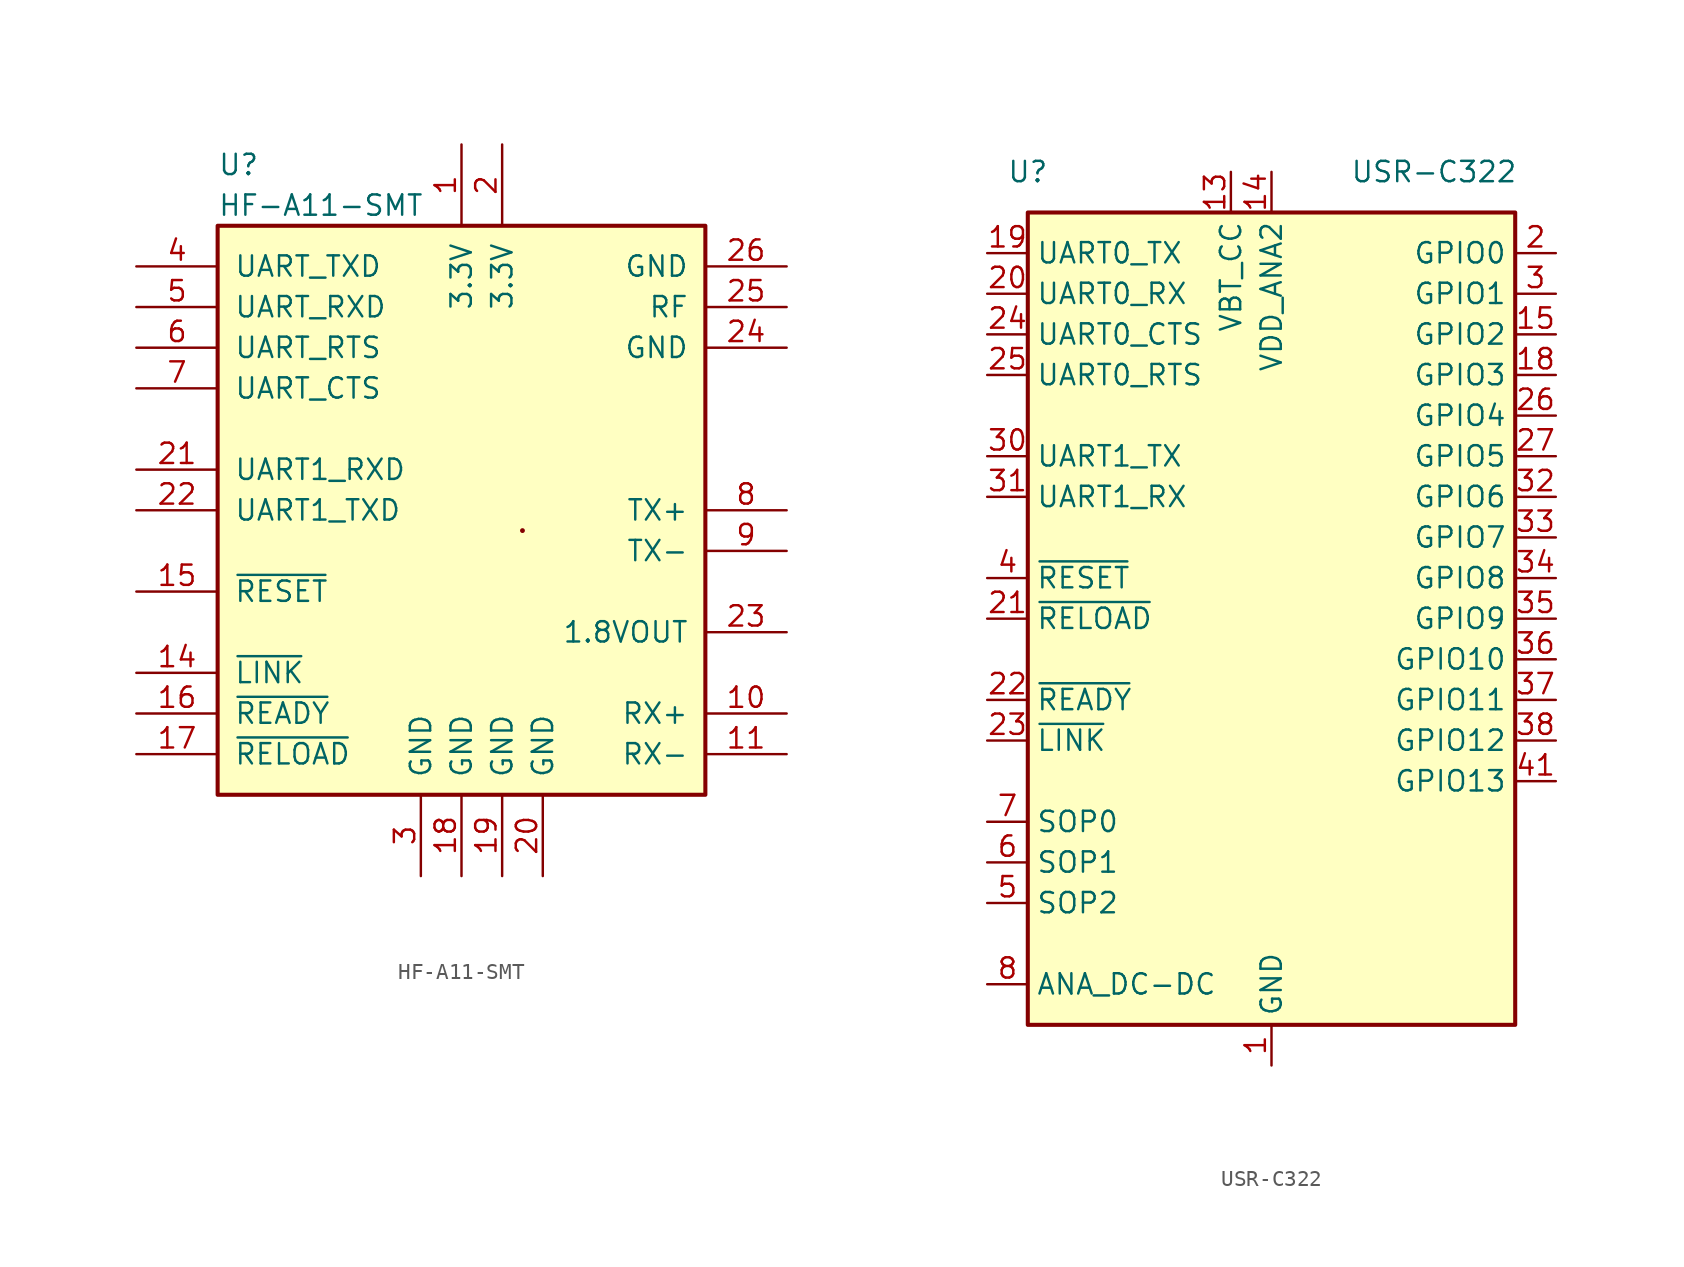
<source format=kicad_sym>
(kicad_symbol_lib
  (version 20211014)
  (generator kicad_symbol_editor)
  (symbol "HF-A11-SMT"
    (pin_names
      (offset 1.016))
    (property "Reference" "U"
      (at -15.24 21.59 0)
      (effects (font (size 1.27 1.27)) (justify left)))
    (property "Value" "HF-A11-SMT"
      (at -15.24 19.05 0)
      (effects (font (size 1.27 1.27)) (justify left)))
    (symbol "HF-A11-SMT_0_1"
      (rectangle (start -15.24 17.78) (end 15.24 -17.78) (stroke (width 0.254) (type default) (color 0 0 0 0)) (fill (type background)))
      (circle (center 3.81 -1.27) (radius 0.0001) (stroke (width 0) (type default) (color 0 0 0 0)) (fill (type none))))
    (symbol "HF-A11-SMT_1_1"
      (pin power_in line (at 0 22.86 270) (length 5.08) (name "3.3V" (effects (font (size 1.27 1.27)))) (number "1" (effects (font (size 1.27 1.27)))))
      (pin passive line (at 20.32 -12.7 180) (length 5.08) (name "RX+" (effects (font (size 1.27 1.27)))) (number "10" (effects (font (size 1.27 1.27)))))
      (pin passive line (at 20.32 -15.24 180) (length 5.08) (name "RX-" (effects (font (size 1.27 1.27)))) (number "11" (effects (font (size 1.27 1.27)))))
      (pin output line (at -20.32 -10.16 0) (length 5.08) (name "~{LINK}" (effects (font (size 1.27 1.27)))) (number "14" (effects (font (size 1.27 1.27)))))
      (pin input line (at -20.32 -5.08 0) (length 5.08) (name "~{RESET}" (effects (font (size 1.27 1.27)))) (number "15" (effects (font (size 1.27 1.27)))))
      (pin output line (at -20.32 -12.7 0) (length 5.08) (name "~{READY}" (effects (font (size 1.27 1.27)))) (number "16" (effects (font (size 1.27 1.27)))))
      (pin input line (at -20.32 -15.24 0) (length 5.08) (name "~{RELOAD}" (effects (font (size 1.27 1.27)))) (number "17" (effects (font (size 1.27 1.27)))))
      (pin power_in line (at 0 -22.86 90) (length 5.08) (name "GND" (effects (font (size 1.27 1.27)))) (number "18" (effects (font (size 1.27 1.27)))))
      (pin power_in line (at 2.54 -22.86 90) (length 5.08) (name "GND" (effects (font (size 1.27 1.27)))) (number "19" (effects (font (size 1.27 1.27)))))
      (pin power_in line (at 2.54 22.86 270) (length 5.08) (name "3.3V" (effects (font (size 1.27 1.27)))) (number "2" (effects (font (size 1.27 1.27)))))
      (pin power_in line (at 5.08 -22.86 90) (length 5.08) (name "GND" (effects (font (size 1.27 1.27)))) (number "20" (effects (font (size 1.27 1.27)))))
      (pin input line (at -20.32 2.54 0) (length 5.08) (name "UART1_RXD" (effects (font (size 1.27 1.27)))) (number "21" (effects (font (size 1.27 1.27)))))
      (pin output line (at -20.32 0 0) (length 5.08) (name "UART1_TXD" (effects (font (size 1.27 1.27)))) (number "22" (effects (font (size 1.27 1.27)))))
      (pin power_out line (at 20.32 -7.62 180) (length 5.08) (name "1.8VOUT" (effects (font (size 1.27 1.27)))) (number "23" (effects (font (size 1.27 1.27)))))
      (pin power_in line (at 20.32 10.16 180) (length 5.08) (name "GND" (effects (font (size 1.27 1.27)))) (number "24" (effects (font (size 1.27 1.27)))))
      (pin passive line (at 20.32 12.7 180) (length 5.08) (name "RF" (effects (font (size 1.27 1.27)))) (number "25" (effects (font (size 1.27 1.27)))))
      (pin power_in line (at 20.32 15.24 180) (length 5.08) (name "GND" (effects (font (size 1.27 1.27)))) (number "26" (effects (font (size 1.27 1.27)))))
      (pin power_in line (at -2.54 -22.86 90) (length 5.08) (name "GND" (effects (font (size 1.27 1.27)))) (number "3" (effects (font (size 1.27 1.27)))))
      (pin output line (at -20.32 15.24 0) (length 5.08) (name "UART_TXD" (effects (font (size 1.27 1.27)))) (number "4" (effects (font (size 1.27 1.27)))))
      (pin input line (at -20.32 12.7 0) (length 5.08) (name "UART_RXD" (effects (font (size 1.27 1.27)))) (number "5" (effects (font (size 1.27 1.27)))))
      (pin output line (at -20.32 10.16 0) (length 5.08) (name "UART_RTS" (effects (font (size 1.27 1.27)))) (number "6" (effects (font (size 1.27 1.27)))))
      (pin input line (at -20.32 7.62 0) (length 5.08) (name "UART_CTS" (effects (font (size 1.27 1.27)))) (number "7" (effects (font (size 1.27 1.27)))))
      (pin passive line (at 20.32 0 180) (length 5.08) (name "TX+" (effects (font (size 1.27 1.27)))) (number "8" (effects (font (size 1.27 1.27)))))
      (pin passive line (at 20.32 -2.54 180) (length 5.08) (name "TX-" (effects (font (size 1.27 1.27)))) (number "9" (effects (font (size 1.27 1.27)))))))
  (symbol "USR-C322"
    (property "Reference" "U"
      (at -15.24 27.94 0)
      (effects (font (size 1.27 1.27))))
    (property "Value" "USR-C322"
      (at 10.16 27.94 0)
      (effects (font (size 1.27 1.27))))
    (symbol "USR-C322_1_1"
      (rectangle (start -15.24 25.4) (end 15.24 -25.4) (stroke (width 0.254) (type default) (color 0 0 0 0)) (fill (type background)))
      (pin power_in line (at 0 -27.94 90) (length 2.54) (name "GND" (effects (font (size 1.27 1.27)))) (number "1" (effects (font (size 1.27 1.27)))))
      (pin no_connect line (at 15.24 -15.24 180) (length 2.54) hide (name "NC" (effects (font (size 1.27 1.27)))) (number "10" (effects (font (size 1.27 1.27)))))
      (pin passive line (at 0 -27.94 90) (length 2.54) hide (name "GND" (effects (font (size 1.27 1.27)))) (number "11" (effects (font (size 1.27 1.27)))))
      (pin passive line (at 0 -27.94 90) (length 2.54) hide (name "GND" (effects (font (size 1.27 1.27)))) (number "12" (effects (font (size 1.27 1.27)))))
      (pin power_in line (at -2.54 27.94 270) (length 2.54) (name "VBT_CC" (effects (font (size 1.27 1.27)))) (number "13" (effects (font (size 1.27 1.27)))))
      (pin power_in line (at 0 27.94 270) (length 2.54) (name "VDD_ANA2" (effects (font (size 1.27 1.27)))) (number "14" (effects (font (size 1.27 1.27)))))
      (pin bidirectional line (at 17.78 17.78 180) (length 2.54) (name "GPIO2" (effects (font (size 1.27 1.27)))) (number "15" (effects (font (size 1.27 1.27)))))
      (pin no_connect line (at 15.24 -17.78 180) (length 2.54) hide (name "NC" (effects (font (size 1.27 1.27)))) (number "16" (effects (font (size 1.27 1.27)))))
      (pin passive line (at 0 -27.94 90) (length 2.54) hide (name "GND" (effects (font (size 1.27 1.27)))) (number "17" (effects (font (size 1.27 1.27)))))
      (pin bidirectional line (at 17.78 15.24 180) (length 2.54) (name "GPIO3" (effects (font (size 1.27 1.27)))) (number "18" (effects (font (size 1.27 1.27)))))
      (pin output line (at -17.78 22.86 0) (length 2.54) (name "UART0_TX" (effects (font (size 1.27 1.27)))) (number "19" (effects (font (size 1.27 1.27)))))
      (pin bidirectional line (at 17.78 22.86 180) (length 2.54) (name "GPIO0" (effects (font (size 1.27 1.27)))) (number "2" (effects (font (size 1.27 1.27)))))
      (pin input line (at -17.78 20.32 0) (length 2.54) (name "UART0_RX" (effects (font (size 1.27 1.27)))) (number "20" (effects (font (size 1.27 1.27)))))
      (pin input line (at -17.78 0 0) (length 2.54) (name "~{RELOAD}" (effects (font (size 1.27 1.27)))) (number "21" (effects (font (size 1.27 1.27)))))
      (pin open_collector line (at -17.78 -5.08 0) (length 2.54) (name "~{READY}" (effects (font (size 1.27 1.27)))) (number "22" (effects (font (size 1.27 1.27)))))
      (pin open_collector line (at -17.78 -7.62 0) (length 2.54) (name "~{LINK}" (effects (font (size 1.27 1.27)))) (number "23" (effects (font (size 1.27 1.27)))))
      (pin input line (at -17.78 17.78 0) (length 2.54) (name "UART0_CTS" (effects (font (size 1.27 1.27)))) (number "24" (effects (font (size 1.27 1.27)))))
      (pin output line (at -17.78 15.24 0) (length 2.54) (name "UART0_RTS" (effects (font (size 1.27 1.27)))) (number "25" (effects (font (size 1.27 1.27)))))
      (pin bidirectional line (at 17.78 12.7 180) (length 2.54) (name "GPIO4" (effects (font (size 1.27 1.27)))) (number "26" (effects (font (size 1.27 1.27)))))
      (pin bidirectional line (at 17.78 10.16 180) (length 2.54) (name "GPIO5" (effects (font (size 1.27 1.27)))) (number "27" (effects (font (size 1.27 1.27)))))
      (pin passive line (at 0 -27.94 90) (length 2.54) hide (name "GND" (effects (font (size 1.27 1.27)))) (number "28" (effects (font (size 1.27 1.27)))))
      (pin passive line (at 0 -27.94 90) (length 2.54) hide (name "GND" (effects (font (size 1.27 1.27)))) (number "29" (effects (font (size 1.27 1.27)))))
      (pin bidirectional line (at 17.78 20.32 180) (length 2.54) (name "GPIO1" (effects (font (size 1.27 1.27)))) (number "3" (effects (font (size 1.27 1.27)))))
      (pin output line (at -17.78 10.16 0) (length 2.54) (name "UART1_TX" (effects (font (size 1.27 1.27)))) (number "30" (effects (font (size 1.27 1.27)))))
      (pin input line (at -17.78 7.62 0) (length 2.54) (name "UART1_RX" (effects (font (size 1.27 1.27)))) (number "31" (effects (font (size 1.27 1.27)))))
      (pin bidirectional line (at 17.78 7.62 180) (length 2.54) (name "GPIO6" (effects (font (size 1.27 1.27)))) (number "32" (effects (font (size 1.27 1.27)))))
      (pin bidirectional line (at 17.78 5.08 180) (length 2.54) (name "GPIO7" (effects (font (size 1.27 1.27)))) (number "33" (effects (font (size 1.27 1.27)))))
      (pin bidirectional line (at 17.78 2.54 180) (length 2.54) (name "GPIO8" (effects (font (size 1.27 1.27)))) (number "34" (effects (font (size 1.27 1.27)))))
      (pin bidirectional line (at 17.78 0 180) (length 2.54) (name "GPIO9" (effects (font (size 1.27 1.27)))) (number "35" (effects (font (size 1.27 1.27)))))
      (pin bidirectional line (at 17.78 -2.54 180) (length 2.54) (name "GPIO10" (effects (font (size 1.27 1.27)))) (number "36" (effects (font (size 1.27 1.27)))))
      (pin bidirectional line (at 17.78 -5.08 180) (length 2.54) (name "GPIO11" (effects (font (size 1.27 1.27)))) (number "37" (effects (font (size 1.27 1.27)))))
      (pin bidirectional line (at 17.78 -7.62 180) (length 2.54) (name "GPIO12" (effects (font (size 1.27 1.27)))) (number "38" (effects (font (size 1.27 1.27)))))
      (pin no_connect line (at 15.24 -20.32 180) (length 2.54) hide (name "NC" (effects (font (size 1.27 1.27)))) (number "39" (effects (font (size 1.27 1.27)))))
      (pin input line (at -17.78 2.54 0) (length 2.54) (name "~{RESET}" (effects (font (size 1.27 1.27)))) (number "4" (effects (font (size 1.27 1.27)))))
      (pin no_connect line (at 15.24 -22.86 180) (length 2.54) hide (name "NC" (effects (font (size 1.27 1.27)))) (number "40" (effects (font (size 1.27 1.27)))))
      (pin bidirectional line (at 17.78 -10.16 180) (length 2.54) (name "GPIO13" (effects (font (size 1.27 1.27)))) (number "41" (effects (font (size 1.27 1.27)))))
      (pin no_connect line (at 7.62 -25.4 90) (length 2.54) hide (name "NC" (effects (font (size 1.27 1.27)))) (number "42" (effects (font (size 1.27 1.27)))))
      (pin no_connect line (at 5.08 -25.4 90) (length 2.54) hide (name "NC" (effects (font (size 1.27 1.27)))) (number "43" (effects (font (size 1.27 1.27)))))
      (pin passive line (at 0 -27.94 90) (length 2.54) hide (name "GND" (effects (font (size 1.27 1.27)))) (number "44" (effects (font (size 1.27 1.27)))))
      (pin passive line (at -17.78 -17.78 0) (length 2.54) (name "SOP2" (effects (font (size 1.27 1.27)))) (number "5" (effects (font (size 1.27 1.27)))))
      (pin passive line (at -17.78 -15.24 0) (length 2.54) (name "SOP1" (effects (font (size 1.27 1.27)))) (number "6" (effects (font (size 1.27 1.27)))))
      (pin passive line (at -17.78 -12.7 0) (length 2.54) (name "SOP0" (effects (font (size 1.27 1.27)))) (number "7" (effects (font (size 1.27 1.27)))))
      (pin passive line (at -17.78 -22.86 0) (length 2.54) (name "ANA_DC-DC" (effects (font (size 1.27 1.27)))) (number "8" (effects (font (size 1.27 1.27)))))
      (pin no_connect line (at 15.24 -12.7 180) (length 2.54) hide (name "NC" (effects (font (size 1.27 1.27)))) (number "9" (effects (font (size 1.27 1.27))))))))
</source>
